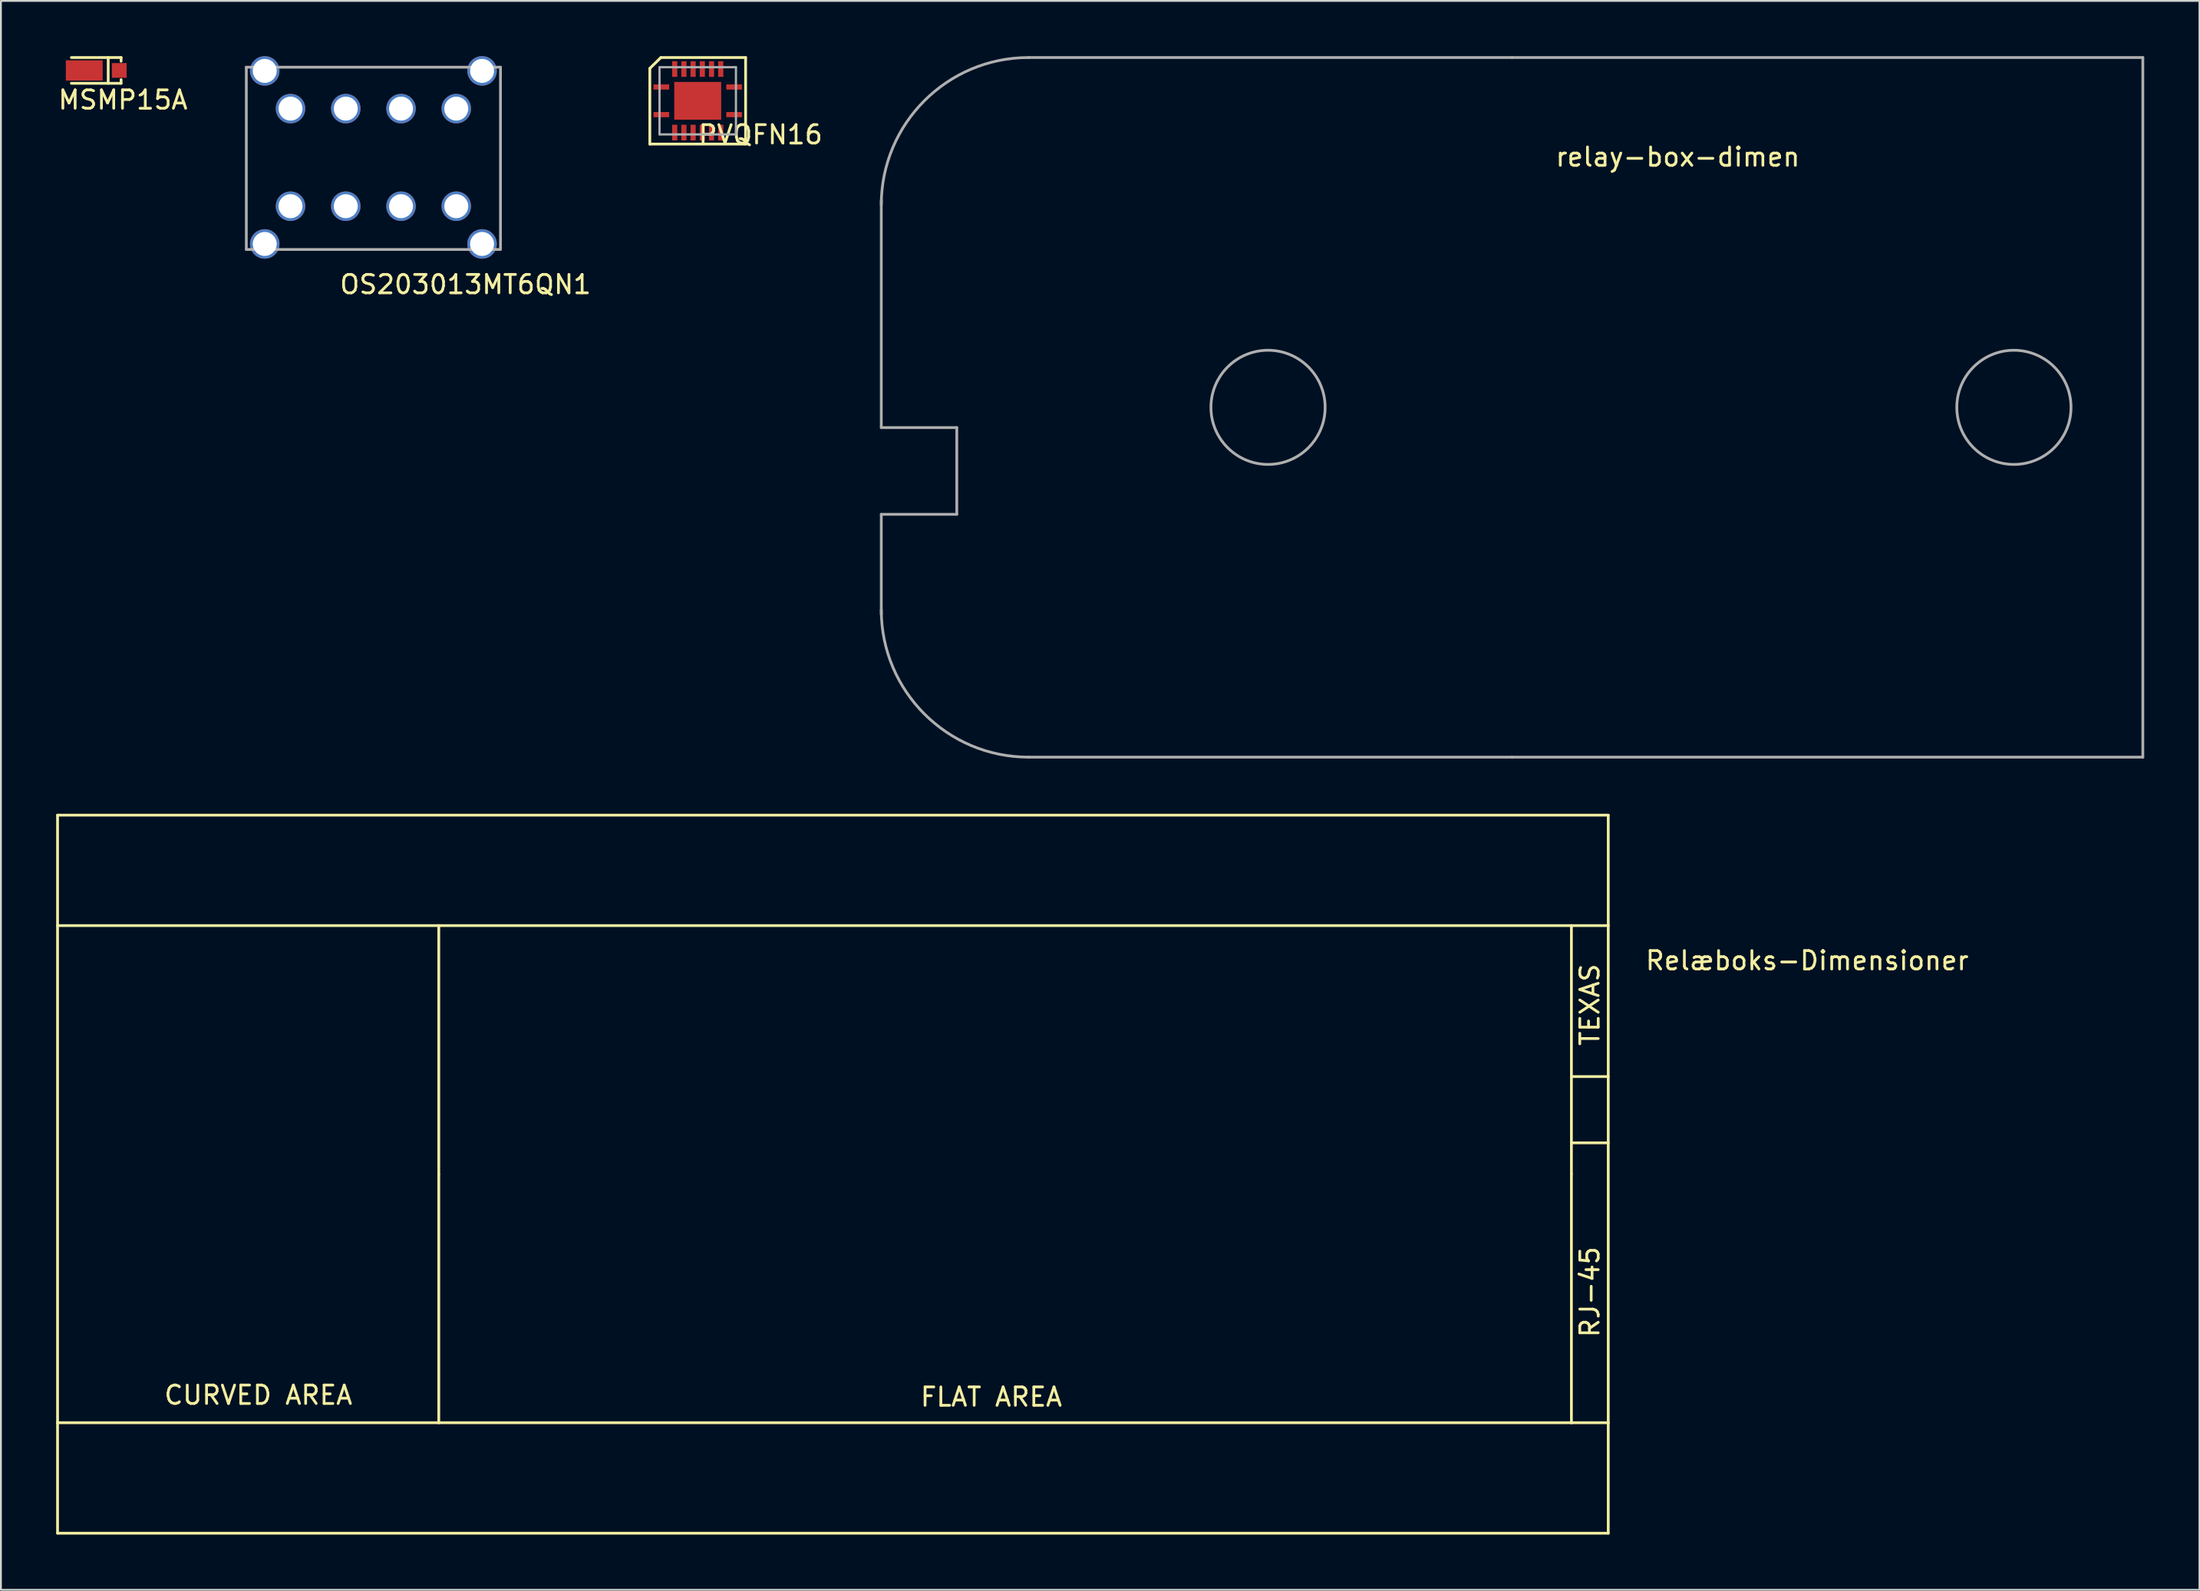
<source format=kicad_pcb>
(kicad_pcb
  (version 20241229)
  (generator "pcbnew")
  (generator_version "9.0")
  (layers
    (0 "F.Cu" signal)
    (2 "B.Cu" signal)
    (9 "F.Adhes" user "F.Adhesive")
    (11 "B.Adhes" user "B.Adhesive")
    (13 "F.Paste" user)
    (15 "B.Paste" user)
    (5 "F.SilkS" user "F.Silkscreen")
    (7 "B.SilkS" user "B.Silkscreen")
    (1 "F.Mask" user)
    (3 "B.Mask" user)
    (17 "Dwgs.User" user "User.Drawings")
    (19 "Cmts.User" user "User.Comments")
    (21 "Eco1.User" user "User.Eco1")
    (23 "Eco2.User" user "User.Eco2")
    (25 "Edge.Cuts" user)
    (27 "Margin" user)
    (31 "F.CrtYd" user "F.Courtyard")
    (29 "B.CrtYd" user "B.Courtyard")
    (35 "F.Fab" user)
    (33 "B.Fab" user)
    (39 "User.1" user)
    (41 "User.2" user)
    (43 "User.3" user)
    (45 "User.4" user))
  (footprint "OS203013MT6QN1"
    (layer "F.Cu")
    (at 17.225 5.5)
    (property "Reference" "OS203013MT6QN1" (at 5 6.9 0) (layer "F.SilkS") (effects (font (size 1 1) (thickness 0.15))))
    (attr through_hole)
    (fp_line (start -6.9 -4.9) (end 6.9 -4.9) (stroke (width 0.15) (type solid)) (layer "F.Fab"))
    (fp_line (start -6.9 5) (end -6.9 -4.9) (stroke (width 0.15) (type solid)) (layer "F.Fab"))
    (fp_line (start 6.9 -4.9) (end 6.9 5) (stroke (width 0.15) (type solid)) (layer "F.Fab"))
    (fp_line (start 6.9 5) (end -6.9 5) (stroke (width 0.15) (type solid)) (layer "F.Fab"))
    (pad "" np_thru_hole circle (at -5.9 -4.7) (size 1.6 1.6) (drill 1.3) (layers "*.Cu" "*.Mask"))
    (pad "" np_thru_hole circle (at -5.9 4.7) (size 1.6 1.6) (drill 1.3) (layers "*.Cu" "*.Mask"))
    (pad "" np_thru_hole circle (at 5.9 -4.7) (size 1.6 1.6) (drill 1.3) (layers "*.Cu" "*.Mask"))
    (pad "" np_thru_hole circle (at 5.9 4.7) (size 1.6 1.6) (drill 1.3) (layers "*.Cu" "*.Mask"))
    (pad "1" thru_hole circle (at -4.5 -2.65) (size 1.6 1.6) (drill 1.3) (layers "*.Cu" "*.Mask"))
    (pad "2" thru_hole circle (at -1.5 -2.65) (size 1.6 1.6) (drill 1.3) (layers "*.Cu" "*.Mask"))
    (pad "3" thru_hole circle (at 1.5 -2.65) (size 1.6 1.6) (drill 1.3) (layers "*.Cu" "*.Mask"))
    (pad "4" thru_hole circle (at 4.5 -2.65) (size 1.6 1.6) (drill 1.3) (layers "*.Cu" "*.Mask"))
    (pad "5" thru_hole circle (at -4.5 2.65) (size 1.6 1.6) (drill 1.3) (layers "*.Cu" "*.Mask"))
    (pad "6" thru_hole circle (at -1.5 2.65) (size 1.6 1.6) (drill 1.3) (layers "*.Cu" "*.Mask"))
    (pad "7" thru_hole circle (at 1.5 2.65) (size 1.6 1.6) (drill 1.3) (layers "*.Cu" "*.Mask"))
    (pad "8" thru_hole circle (at 4.5 2.65) (size 1.6 1.6) (drill 1.3) (layers "*.Cu" "*.Mask")))
  (footprint "MSMP15A"
    (layer "F.Cu")
    (at 2.225 0.775)
    (property "Reference" "MSMP15A" (at 1.4 1.6 0) (layer "F.SilkS") (effects (font (size 1 1) (thickness 0.15))))
    (attr through_hole)
    (fp_line (start -1.4 -0.7) (end 1.3 -0.7) (stroke (width 0.15) (type solid)) (layer "F.SilkS"))
    (fp_line (start -1.4 0.7) (end 1.3 0.7) (stroke (width 0.15) (type solid)) (layer "F.SilkS"))
    (fp_line (start 0.6 0.7) (end 0.6 -0.7) (stroke (width 0.15) (type solid)) (layer "F.SilkS"))
    (fp_line (start 1.3 -0.7) (end 1.3 -0.5) (stroke (width 0.15) (type solid)) (layer "F.SilkS"))
    (fp_line (start 1.3 0.7) (end 1.3 0.5) (stroke (width 0.15) (type solid)) (layer "F.SilkS"))
    (pad "1" smd rect (at 1.2 0) (size 0.8 0.8) (layers "F.Cu" "F.Mask" "F.Paste"))
    (pad "2" smd rect (at -0.7 0) (size 2 1.1) (layers "F.Cu" "F.Mask" "F.Paste")))
  (footprint "relay-box-dimen"
    (layer "F.Cu")
    (at 79.052 19.075)
    (property "Reference" "relay-box-dimen" (at 9 -13.6 0) (layer "F.SilkS") (effects (font (size 1 1) (thickness 0.15))))
    (attr through_hole)
    (fp_line (start -34.25 -11.25) (end -34.25 1.1) (stroke (width 0.15) (type solid)) (layer "F.Fab"))
    (fp_line (start -34.25 1.1) (end -30.15 1.1) (stroke (width 0.15) (type solid)) (layer "F.Fab"))
    (fp_line (start -34.25 5.81) (end -34.25 11.25) (stroke (width 0.15) (type solid)) (layer "F.Fab"))
    (fp_line (start -30.15 1.1) (end -30.15 5.81) (stroke (width 0.15) (type solid)) (layer "F.Fab"))
    (fp_line (start -30.15 5.81) (end -34.25 5.81) (stroke (width 0.15) (type solid)) (layer "F.Fab"))
    (fp_line (start 0 -19) (end -26.25 -19) (stroke (width 0.15) (type solid)) (layer "F.Fab"))
    (fp_line (start 0 19) (end -26.25 19) (stroke (width 0.15) (type solid)) (layer "F.Fab"))
    (fp_line (start 34.25 -19) (end 0 -19) (stroke (width 0.15) (type solid)) (layer "F.Fab"))
    (fp_line (start 34.25 -19) (end 34.25 19) (stroke (width 0.15) (type solid)) (layer "F.Fab"))
    (fp_line (start 34.25 19) (end 0 19) (stroke (width 0.15) (type solid)) (layer "F.Fab"))
    (fp_arc (start -34.25 -11) (mid -31.906854 -16.656854) (end -26.25 -19) (stroke (width 0.15) (type solid)) (layer "F.Fab"))
    (fp_arc (start -26.25 19) (mid -31.906854 16.656854) (end -34.25 11) (stroke (width 0.15) (type solid)) (layer "F.Fab"))
    (fp_circle (center -13.25 0) (end -10.15 -0.02) (stroke (width 0.15) (type solid)) (fill no) (layer "F.Fab"))
    (fp_circle (center 27.25 0) (end 30.35 -0.05) (stroke (width 0.15) (type solid)) (fill no) (layer "F.Fab")))
  (footprint "PVQFN16"
    (layer "F.Cu")
    (at 34.835 2.425)
    (property "Reference" "PVQFN16" (at 3.41 1.84 0) (layer "F.SilkS") (effects (font (size 1 1) (thickness 0.15))))
    (attr smd)
    (fp_line (start -2.6 2.35) (end -2.6 -1.76) (stroke (width 0.15) (type solid)) (layer "F.SilkS"))
    (fp_line (start -2 -2.35) (end -2.6 -1.76) (stroke (width 0.15) (type solid)) (layer "F.SilkS"))
    (fp_line (start -2 -2.35) (end 2.6 -2.35) (stroke (width 0.15) (type solid)) (layer "F.SilkS"))
    (fp_line (start 2.6 2.35) (end -2.6 2.35) (stroke (width 0.15) (type solid)) (layer "F.SilkS"))
    (fp_line (start 2.6 2.35) (end 2.6 -2.35) (stroke (width 0.15) (type solid)) (layer "F.SilkS"))
    (fp_line (start -2.075 -1.825) (end -2.075 1.825) (stroke (width 0.12) (type solid)) (layer "F.Fab"))
    (fp_line (start -2.075 -1.825) (end 2.075 -1.825) (stroke (width 0.12) (type solid)) (layer "F.Fab"))
    (fp_line (start -2.075 1.825) (end 2.075 1.825) (stroke (width 0.12) (type solid)) (layer "F.Fab"))
    (fp_line (start 2.075 -1.825) (end 2.075 1.825) (stroke (width 0.12) (type solid)) (layer "F.Fab"))
    (pad "" smd rect (at 0 0) (size 2.55 2.05) (layers "F.Cu" "F.Mask" "F.Paste"))
    (pad "1" smd rect (at -1.975 -0.75) (size 0.85 0.28) (layers "F.Cu" "F.Mask" "F.Paste"))
    (pad "2" smd rect (at -1.25 -1.725 90) (size 0.85 0.28) (layers "F.Cu" "F.Mask" "F.Paste"))
    (pad "3" smd rect (at -0.75 -1.725 90) (size 0.85 0.28) (layers "F.Cu" "F.Mask" "F.Paste"))
    (pad "4" smd rect (at -0.25 -1.725 90) (size 0.85 0.28) (layers "F.Cu" "F.Mask" "F.Paste"))
    (pad "5" smd rect (at 0.25 -1.725 90) (size 0.85 0.28) (layers "F.Cu" "F.Mask" "F.Paste"))
    (pad "6" smd rect (at 0.75 -1.725 90) (size 0.85 0.28) (layers "F.Cu" "F.Mask" "F.Paste"))
    (pad "7" smd rect (at 1.25 -1.725 90) (size 0.85 0.28) (layers "F.Cu" "F.Mask" "F.Paste"))
    (pad "8" smd rect (at 1.975 -0.75) (size 0.85 0.28) (layers "F.Cu" "F.Mask" "F.Paste"))
    (pad "9" smd rect (at 1.975 0.75) (size 0.85 0.28) (layers "F.Cu" "F.Mask" "F.Paste"))
    (pad "10" smd rect (at 1.25 1.725 90) (size 0.85 0.28) (layers "F.Cu" "F.Mask" "F.Paste"))
    (pad "11" smd rect (at 0.75 1.725 90) (size 0.85 0.28) (layers "F.Cu" "F.Mask" "F.Paste"))
    (pad "12" smd rect (at 0.25 1.725 90) (size 0.85 0.28) (layers "F.Cu" "F.Mask" "F.Paste"))
    (pad "13" smd rect (at -0.25 1.725 90) (size 0.85 0.28) (layers "F.Cu" "F.Mask" "F.Paste"))
    (pad "14" smd rect (at -0.75 1.725 90) (size 0.85 0.28) (layers "F.Cu" "F.Mask" "F.Paste"))
    (pad "15" smd rect (at -1.25 1.725 90) (size 0.85 0.28) (layers "F.Cu" "F.Mask" "F.Paste"))
    (pad "16" smd rect (at -1.975 0.75) (size 0.85 0.28) (layers "F.Cu" "F.Mask" "F.Paste")))
  (footprint "Relæboks-Dimensioner"
    (layer "F.Cu")
    (at 82.275 60.725)
    (property "Reference" "Relæboks-Dimensioner" (at 12.8 -11.6 0) (layer "F.SilkS") (effects (font (size 1 1) (thickness 0.15))))
    (attr through_hole)
    (fp_line (start -82.2 -19.5) (end -82.2 -13.5) (stroke (width 0.15) (type solid)) (layer "F.SilkS"))
    (fp_line (start -82.2 -13.5) (end -82.2 13.5) (stroke (width 0.15) (type solid)) (layer "F.SilkS"))
    (fp_line (start -82.2 13.5) (end -61.5 13.5) (stroke (width 0.15) (type solid)) (layer "F.SilkS"))
    (fp_line (start -82.2 19.5) (end -82.2 13.5) (stroke (width 0.15) (type solid)) (layer "F.SilkS"))
    (fp_line (start -61.5 -13.5) (end -82.2 -13.5) (stroke (width 0.15) (type solid)) (layer "F.SilkS"))
    (fp_line (start -61.5 -13.5) (end 0 -13.5) (stroke (width 0.15) (type solid)) (layer "F.SilkS"))
    (fp_line (start -61.5 0) (end -61.5 -13.5) (stroke (width 0.15) (type solid)) (layer "F.SilkS"))
    (fp_line (start -61.5 13.5) (end -61.5 0) (stroke (width 0.15) (type solid)) (layer "F.SilkS"))
    (fp_line (start 0 -13.5) (end 0 0) (stroke (width 0.15) (type solid)) (layer "F.SilkS"))
    (fp_line (start 0 -13.5) (end 2 -13.5) (stroke (width 0.15) (type solid)) (layer "F.SilkS"))
    (fp_line (start 0 0) (end 0 13.5) (stroke (width 0.15) (type solid)) (layer "F.SilkS"))
    (fp_line (start 0 13.5) (end -61.5 13.5) (stroke (width 0.15) (type solid)) (layer "F.SilkS"))
    (fp_line (start 2 -19.5) (end -82.2 -19.5) (stroke (width 0.15) (type solid)) (layer "F.SilkS"))
    (fp_line (start 2 -13.5) (end 2 -19.5) (stroke (width 0.15) (type solid)) (layer "F.SilkS"))
    (fp_line (start 2 -13.5) (end 2 13.5) (stroke (width 0.15) (type solid)) (layer "F.SilkS"))
    (fp_line (start 2 -5.3) (end 0 -5.3) (stroke (width 0.15) (type solid)) (layer "F.SilkS"))
    (fp_line (start 2 -1.7) (end 0 -1.7) (stroke (width 0.15) (type solid)) (layer "F.SilkS"))
    (fp_line (start 2 13.5) (end 0 13.5) (stroke (width 0.15) (type solid)) (layer "F.SilkS"))
    (fp_line (start 2 13.5) (end 2 19.5) (stroke (width 0.15) (type solid)) (layer "F.SilkS"))
    (fp_line (start 2 19.5) (end -82.2 19.5) (stroke (width 0.15) (type solid)) (layer "F.SilkS"))
    (fp_text user "CURVED AREA" (at -71.3 12 0) (layer "F.SilkS") (effects (font (size 1 1) (thickness 0.15))))
    (fp_text user "TEXAS" (at 1 -9.2 90) (layer "F.SilkS") (effects (font (size 1 1) (thickness 0.15))))
    (fp_text user "RJ-45" (at 1 6.4 90) (layer "F.SilkS") (effects (font (size 1 1) (thickness 0.15))))
    (fp_text user "FLAT AREA" (at -31.5 12.1 0) (layer "F.SilkS") (effects (font (size 1 1) (thickness 0.15)))))
  (gr_rect
    (start -3 -3)
    (end 116.377 83.3)
    (stroke (width 0.1) (type default))
    (fill no)
    (layer "Edge.Cuts")))
</source>
